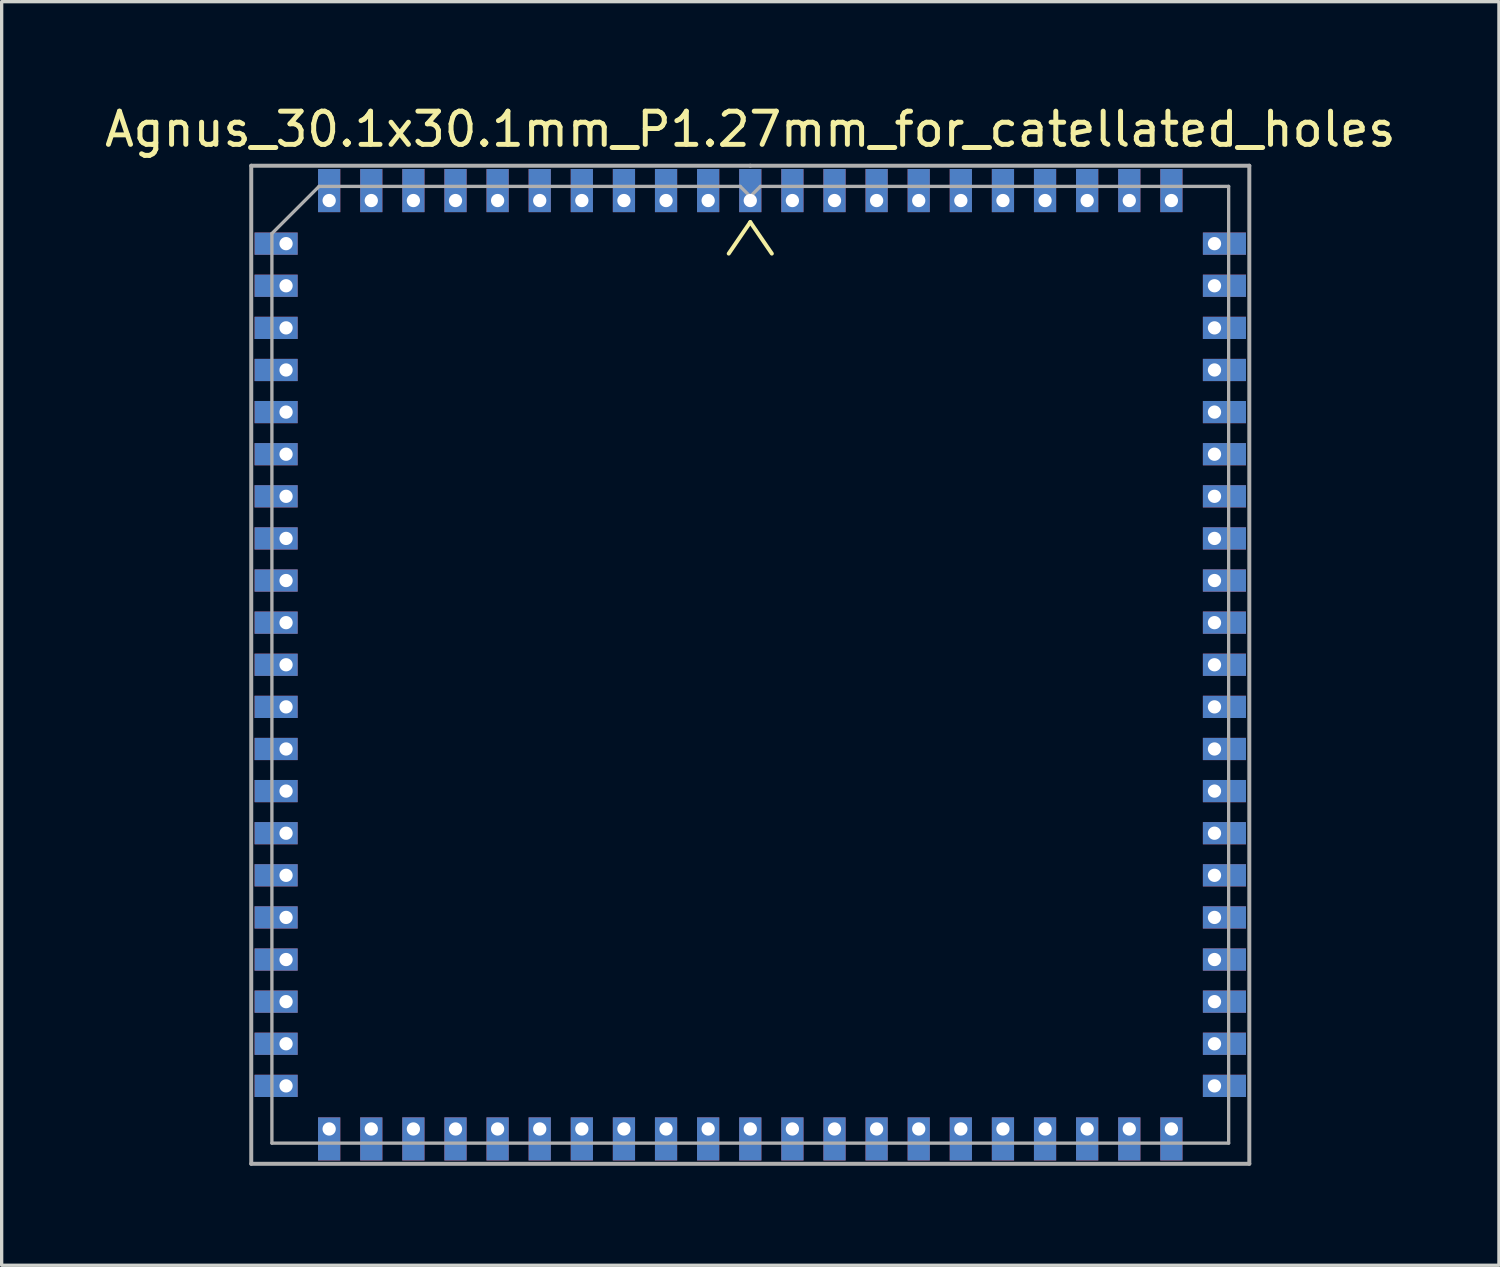
<source format=kicad_pcb>
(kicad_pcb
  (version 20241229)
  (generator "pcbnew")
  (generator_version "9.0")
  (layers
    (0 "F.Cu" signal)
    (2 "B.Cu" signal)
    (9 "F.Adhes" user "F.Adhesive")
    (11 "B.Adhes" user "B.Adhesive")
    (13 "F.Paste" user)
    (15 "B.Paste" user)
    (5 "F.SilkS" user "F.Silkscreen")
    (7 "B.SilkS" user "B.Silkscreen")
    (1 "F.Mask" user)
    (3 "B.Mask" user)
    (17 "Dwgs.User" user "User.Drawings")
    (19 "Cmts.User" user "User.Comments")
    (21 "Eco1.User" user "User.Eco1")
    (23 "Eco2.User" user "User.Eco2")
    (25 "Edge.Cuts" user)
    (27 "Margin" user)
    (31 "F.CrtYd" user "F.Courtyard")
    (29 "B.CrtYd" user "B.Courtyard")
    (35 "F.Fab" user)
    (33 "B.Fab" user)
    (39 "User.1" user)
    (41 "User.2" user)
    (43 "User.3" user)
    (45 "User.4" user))
  (footprint "Agnus_30.1x30.1mm_P1.27mm_for_catellated_holes"
    (layer "F.Cu")
    (at 19.577 16.998)
    (property "Reference" "Agnus_30.1x30.1mm_P1.27mm_for_catellated_holes" (at 0 -16.15 0) (layer "F.SilkS") (effects (font (size 1 1) (thickness 0.15))))
    (attr smd)
    (fp_line (start -0.65 -12.4) (end 0 -13.35) (stroke (width 0.12) (type solid)) (layer "F.SilkS"))
    (fp_line (start 0.65 -12.4) (end 0 -13.35) (stroke (width 0.12) (type solid)) (layer "F.SilkS"))
    (fp_line (start -15.05 -15.05) (end 0 -15.05) (stroke (width 0.12) (type solid)) (layer "F.Fab"))
    (fp_line (start -15.05 15.05) (end -15.05 -15.05) (stroke (width 0.12) (type solid)) (layer "F.Fab"))
    (fp_line (start -14.427 -13.005) (end -13.005 -14.427) (stroke (width 0.1) (type solid)) (layer "F.Fab"))
    (fp_line (start -14.427 14.427) (end -14.427 -13.005) (stroke (width 0.1) (type solid)) (layer "F.Fab"))
    (fp_line (start -13.005 -14.427) (end -0.305 -14.427) (stroke (width 0.1) (type solid)) (layer "F.Fab"))
    (fp_line (start -0.305 -14.427) (end 0 -14.122) (stroke (width 0.1) (type solid)) (layer "F.Fab"))
    (fp_line (start 0 -15.05) (end 15.05 -15.05) (stroke (width 0.12) (type solid)) (layer "F.Fab"))
    (fp_line (start 0.305 -14.427) (end 0 -14.122) (stroke (width 0.1) (type solid)) (layer "F.Fab"))
    (fp_line (start 0.305 -14.427) (end 14.427 -14.427) (stroke (width 0.1) (type solid)) (layer "F.Fab"))
    (fp_line (start 14.427 -14.427) (end 14.427 14.427) (stroke (width 0.1) (type solid)) (layer "F.Fab"))
    (fp_line (start 14.427 14.427) (end -14.427 14.427) (stroke (width 0.1) (type solid)) (layer "F.Fab"))
    (fp_line (start 15.05 -15.05) (end 15.05 15.05) (stroke (width 0.12) (type solid)) (layer "F.Fab"))
    (fp_line (start 15.05 15.05) (end -15.05 15.05) (stroke (width 0.12) (type solid)) (layer "F.Fab"))
    (pad "1" thru_hole rect (at 0 -14) (size 0.67 1.3) (drill 0.4 (offset 0 -0.3)) (layers "*.Cu" "*.Mask"))
    (pad "2" thru_hole rect (at -1.27 -14) (size 0.67 1.3) (drill 0.4 (offset 0 -0.3)) (layers "*.Cu" "*.Mask"))
    (pad "3" thru_hole rect (at -2.54 -14) (size 0.67 1.3) (drill 0.4 (offset 0 -0.3)) (layers "*.Cu" "*.Mask"))
    (pad "4" thru_hole rect (at -3.81 -14) (size 0.67 1.3) (drill 0.4 (offset 0 -0.3)) (layers "*.Cu" "*.Mask"))
    (pad "5" thru_hole rect (at -5.08 -14) (size 0.67 1.3) (drill 0.4 (offset 0 -0.3)) (layers "*.Cu" "*.Mask"))
    (pad "6" thru_hole rect (at -6.35 -14) (size 0.67 1.3) (drill 0.4 (offset 0 -0.3)) (layers "*.Cu" "*.Mask"))
    (pad "7" thru_hole rect (at -7.62 -14) (size 0.67 1.3) (drill 0.4 (offset 0 -0.3)) (layers "*.Cu" "*.Mask"))
    (pad "8" thru_hole rect (at -8.89 -14) (size 0.67 1.3) (drill 0.4 (offset 0 -0.3)) (layers "*.Cu" "*.Mask"))
    (pad "9" thru_hole rect (at -10.16 -14) (size 0.67 1.3) (drill 0.4 (offset 0 -0.3)) (layers "*.Cu" "*.Mask"))
    (pad "10" thru_hole rect (at -11.43 -14) (size 0.67 1.3) (drill 0.4 (offset 0 -0.3)) (layers "*.Cu" "*.Mask"))
    (pad "11" thru_hole rect (at -12.7 -14) (size 0.67 1.3) (drill 0.4 (offset 0 -0.3)) (layers "*.Cu" "*.Mask"))
    (pad "12" thru_hole rect (at -14 -12.7) (size 1.3 0.67) (drill 0.4 (offset -0.3 0)) (layers "*.Cu" "*.Mask"))
    (pad "13" thru_hole rect (at -14 -11.43) (size 1.3 0.67) (drill 0.4 (offset -0.3 0)) (layers "*.Cu" "*.Mask"))
    (pad "14" thru_hole rect (at -14 -10.16) (size 1.3 0.67) (drill 0.4 (offset -0.3 0)) (layers "*.Cu" "*.Mask"))
    (pad "15" thru_hole rect (at -14 -8.89) (size 1.3 0.67) (drill 0.4 (offset -0.3 0)) (layers "*.Cu" "*.Mask"))
    (pad "16" thru_hole rect (at -14 -7.62) (size 1.3 0.67) (drill 0.4 (offset -0.3 0)) (layers "*.Cu" "*.Mask"))
    (pad "17" thru_hole rect (at -14 -6.35) (size 1.3 0.67) (drill 0.4 (offset -0.3 0)) (layers "*.Cu" "*.Mask"))
    (pad "18" thru_hole rect (at -14 -5.08) (size 1.3 0.67) (drill 0.4 (offset -0.3 0)) (layers "*.Cu" "*.Mask"))
    (pad "19" thru_hole rect (at -14 -3.81) (size 1.3 0.67) (drill 0.4 (offset -0.3 0)) (layers "*.Cu" "*.Mask"))
    (pad "20" thru_hole rect (at -14 -2.54) (size 1.3 0.67) (drill 0.4 (offset -0.3 0)) (layers "*.Cu" "*.Mask"))
    (pad "21" thru_hole rect (at -14 -1.27) (size 1.3 0.67) (drill 0.4 (offset -0.3 0)) (layers "*.Cu" "*.Mask"))
    (pad "22" thru_hole rect (at -14 0) (size 1.3 0.67) (drill 0.4 (offset -0.3 0)) (layers "*.Cu" "*.Mask"))
    (pad "23" thru_hole rect (at -14 1.27) (size 1.3 0.67) (drill 0.4 (offset -0.3 0)) (layers "*.Cu" "*.Mask"))
    (pad "24" thru_hole rect (at -14 2.54) (size 1.3 0.67) (drill 0.4 (offset -0.3 0)) (layers "*.Cu" "*.Mask"))
    (pad "25" thru_hole rect (at -14 3.81) (size 1.3 0.67) (drill 0.4 (offset -0.3 0)) (layers "*.Cu" "*.Mask"))
    (pad "26" thru_hole rect (at -14 5.08) (size 1.3 0.67) (drill 0.4 (offset -0.3 0)) (layers "*.Cu" "*.Mask"))
    (pad "27" thru_hole rect (at -14 6.35) (size 1.3 0.67) (drill 0.4 (offset -0.3 0)) (layers "*.Cu" "*.Mask"))
    (pad "28" thru_hole rect (at -14 7.62) (size 1.3 0.67) (drill 0.4 (offset -0.3 0)) (layers "*.Cu" "*.Mask"))
    (pad "29" thru_hole rect (at -14 8.89) (size 1.3 0.67) (drill 0.4 (offset -0.3 0)) (layers "*.Cu" "*.Mask"))
    (pad "30" thru_hole rect (at -14 10.16) (size 1.3 0.67) (drill 0.4 (offset -0.3 0)) (layers "*.Cu" "*.Mask"))
    (pad "31" thru_hole rect (at -14 11.43) (size 1.3 0.67) (drill 0.4 (offset -0.3 0)) (layers "*.Cu" "*.Mask"))
    (pad "32" thru_hole rect (at -14 12.7) (size 1.3 0.67) (drill 0.4 (offset -0.3 0)) (layers "*.Cu" "*.Mask"))
    (pad "33" thru_hole rect (at -12.7 14) (size 0.67 1.3) (drill 0.4 (offset 0 0.3)) (layers "*.Cu" "*.Mask"))
    (pad "34" thru_hole rect (at -11.43 14) (size 0.67 1.3) (drill 0.4 (offset 0 0.3)) (layers "*.Cu" "*.Mask"))
    (pad "35" thru_hole rect (at -10.16 14) (size 0.67 1.3) (drill 0.4 (offset 0 0.3)) (layers "*.Cu" "*.Mask"))
    (pad "36" thru_hole rect (at -8.89 14) (size 0.67 1.3) (drill 0.4 (offset 0 0.3)) (layers "*.Cu" "*.Mask"))
    (pad "37" thru_hole rect (at -7.62 14) (size 0.67 1.3) (drill 0.4 (offset 0 0.3)) (layers "*.Cu" "*.Mask"))
    (pad "38" thru_hole rect (at -6.35 14) (size 0.67 1.3) (drill 0.4 (offset 0 0.3)) (layers "*.Cu" "*.Mask"))
    (pad "39" thru_hole rect (at -5.08 14) (size 0.67 1.3) (drill 0.4 (offset 0 0.3)) (layers "*.Cu" "*.Mask"))
    (pad "40" thru_hole rect (at -3.81 14) (size 0.67 1.3) (drill 0.4 (offset 0 0.3)) (layers "*.Cu" "*.Mask"))
    (pad "41" thru_hole rect (at -2.54 14) (size 0.67 1.3) (drill 0.4 (offset 0 0.3)) (layers "*.Cu" "*.Mask"))
    (pad "42" thru_hole rect (at -1.27 14) (size 0.67 1.3) (drill 0.4 (offset 0 0.3)) (layers "*.Cu" "*.Mask"))
    (pad "43" thru_hole rect (at 0 14) (size 0.67 1.3) (drill 0.4 (offset 0 0.3)) (layers "*.Cu" "*.Mask"))
    (pad "44" thru_hole rect (at 1.27 14) (size 0.67 1.3) (drill 0.4 (offset 0 0.3)) (layers "*.Cu" "*.Mask"))
    (pad "45" thru_hole rect (at 2.54 14) (size 0.67 1.3) (drill 0.4 (offset 0 0.3)) (layers "*.Cu" "*.Mask"))
    (pad "46" thru_hole rect (at 3.81 14) (size 0.67 1.3) (drill 0.4 (offset 0 0.3)) (layers "*.Cu" "*.Mask"))
    (pad "47" thru_hole rect (at 5.08 14) (size 0.67 1.3) (drill 0.4 (offset 0 0.3)) (layers "*.Cu" "*.Mask"))
    (pad "48" thru_hole rect (at 6.35 14) (size 0.67 1.3) (drill 0.4 (offset 0 0.3)) (layers "*.Cu" "*.Mask"))
    (pad "49" thru_hole rect (at 7.62 14) (size 0.67 1.3) (drill 0.4 (offset 0 0.3)) (layers "*.Cu" "*.Mask"))
    (pad "50" thru_hole rect (at 8.89 14) (size 0.67 1.3) (drill 0.4 (offset 0 0.3)) (layers "*.Cu" "*.Mask"))
    (pad "51" thru_hole rect (at 10.16 14) (size 0.67 1.3) (drill 0.4 (offset 0 0.3)) (layers "*.Cu" "*.Mask"))
    (pad "52" thru_hole rect (at 11.43 14) (size 0.67 1.3) (drill 0.4 (offset 0 0.3)) (layers "*.Cu" "*.Mask"))
    (pad "53" thru_hole rect (at 12.7 14) (size 0.67 1.3) (drill 0.4 (offset 0 0.3)) (layers "*.Cu" "*.Mask"))
    (pad "54" thru_hole rect (at 14 12.7) (size 1.3 0.67) (drill 0.4 (offset 0.3 0)) (layers "*.Cu" "*.Mask"))
    (pad "55" thru_hole rect (at 14 11.43) (size 1.3 0.67) (drill 0.4 (offset 0.3 0)) (layers "*.Cu" "*.Mask"))
    (pad "56" thru_hole rect (at 14 10.16) (size 1.3 0.67) (drill 0.4 (offset 0.3 0)) (layers "*.Cu" "*.Mask"))
    (pad "57" thru_hole rect (at 14 8.89) (size 1.3 0.67) (drill 0.4 (offset 0.3 0)) (layers "*.Cu" "*.Mask"))
    (pad "58" thru_hole rect (at 14 7.62) (size 1.3 0.67) (drill 0.4 (offset 0.3 0)) (layers "*.Cu" "*.Mask"))
    (pad "59" thru_hole rect (at 14 6.35) (size 1.3 0.67) (drill 0.4 (offset 0.3 0)) (layers "*.Cu" "*.Mask"))
    (pad "60" thru_hole rect (at 14 5.08) (size 1.3 0.67) (drill 0.4 (offset 0.3 0)) (layers "*.Cu" "*.Mask"))
    (pad "61" thru_hole rect (at 14 3.81) (size 1.3 0.67) (drill 0.4 (offset 0.3 0)) (layers "*.Cu" "*.Mask"))
    (pad "62" thru_hole rect (at 14 2.54) (size 1.3 0.67) (drill 0.4 (offset 0.3 0)) (layers "*.Cu" "*.Mask"))
    (pad "63" thru_hole rect (at 14 1.27) (size 1.3 0.67) (drill 0.4 (offset 0.3 0)) (layers "*.Cu" "*.Mask"))
    (pad "64" thru_hole rect (at 14 0) (size 1.3 0.67) (drill 0.4 (offset 0.3 0)) (layers "*.Cu" "*.Mask"))
    (pad "65" thru_hole rect (at 14 -1.27) (size 1.3 0.67) (drill 0.4 (offset 0.3 0)) (layers "*.Cu" "*.Mask"))
    (pad "66" thru_hole rect (at 14 -2.54) (size 1.3 0.67) (drill 0.4 (offset 0.3 0)) (layers "*.Cu" "*.Mask"))
    (pad "67" thru_hole rect (at 14 -3.81) (size 1.3 0.67) (drill 0.4 (offset 0.3 0)) (layers "*.Cu" "*.Mask"))
    (pad "68" thru_hole rect (at 14 -5.08) (size 1.3 0.67) (drill 0.4 (offset 0.3 0)) (layers "*.Cu" "*.Mask"))
    (pad "69" thru_hole rect (at 14 -6.35) (size 1.3 0.67) (drill 0.4 (offset 0.3 0)) (layers "*.Cu" "*.Mask"))
    (pad "70" thru_hole rect (at 14 -7.62) (size 1.3 0.67) (drill 0.4 (offset 0.3 0)) (layers "*.Cu" "*.Mask"))
    (pad "71" thru_hole rect (at 14 -8.89) (size 1.3 0.67) (drill 0.4 (offset 0.3 0)) (layers "*.Cu" "*.Mask"))
    (pad "72" thru_hole rect (at 14 -10.16) (size 1.3 0.67) (drill 0.4 (offset 0.3 0)) (layers "*.Cu" "*.Mask"))
    (pad "73" thru_hole rect (at 14 -11.43) (size 1.3 0.67) (drill 0.4 (offset 0.3 0)) (layers "*.Cu" "*.Mask"))
    (pad "74" thru_hole rect (at 14 -12.7) (size 1.3 0.67) (drill 0.4 (offset 0.3 0)) (layers "*.Cu" "*.Mask"))
    (pad "75" thru_hole rect (at 12.7 -14) (size 0.67 1.3) (drill 0.4 (offset 0 -0.3)) (layers "*.Cu" "*.Mask"))
    (pad "76" thru_hole rect (at 11.43 -14) (size 0.67 1.3) (drill 0.4 (offset 0 -0.3)) (layers "*.Cu" "*.Mask"))
    (pad "77" thru_hole rect (at 10.16 -14) (size 0.67 1.3) (drill 0.4 (offset 0 -0.3)) (layers "*.Cu" "*.Mask"))
    (pad "78" thru_hole rect (at 8.89 -14) (size 0.67 1.3) (drill 0.4 (offset 0 -0.3)) (layers "*.Cu" "*.Mask"))
    (pad "79" thru_hole rect (at 7.62 -14) (size 0.67 1.3) (drill 0.4 (offset 0 -0.3)) (layers "*.Cu" "*.Mask"))
    (pad "80" thru_hole rect (at 6.35 -14) (size 0.67 1.3) (drill 0.4 (offset 0 -0.3)) (layers "*.Cu" "*.Mask"))
    (pad "81" thru_hole rect (at 5.08 -14) (size 0.67 1.3) (drill 0.4 (offset 0 -0.3)) (layers "*.Cu" "*.Mask"))
    (pad "82" thru_hole rect (at 3.81 -14) (size 0.67 1.3) (drill 0.4 (offset 0 -0.3)) (layers "*.Cu" "*.Mask"))
    (pad "83" thru_hole rect (at 2.54 -14) (size 0.67 1.3) (drill 0.4 (offset 0 -0.3)) (layers "*.Cu" "*.Mask"))
    (pad "84" thru_hole rect (at 1.27 -14) (size 0.67 1.3) (drill 0.4 (offset 0 -0.3)) (layers "*.Cu" "*.Mask")))
  (gr_rect
    (start -3 -3)
    (end 42.155 35.108)
    (stroke (width 0.1) (type default))
    (fill no)
    (layer "Edge.Cuts")))
</source>
